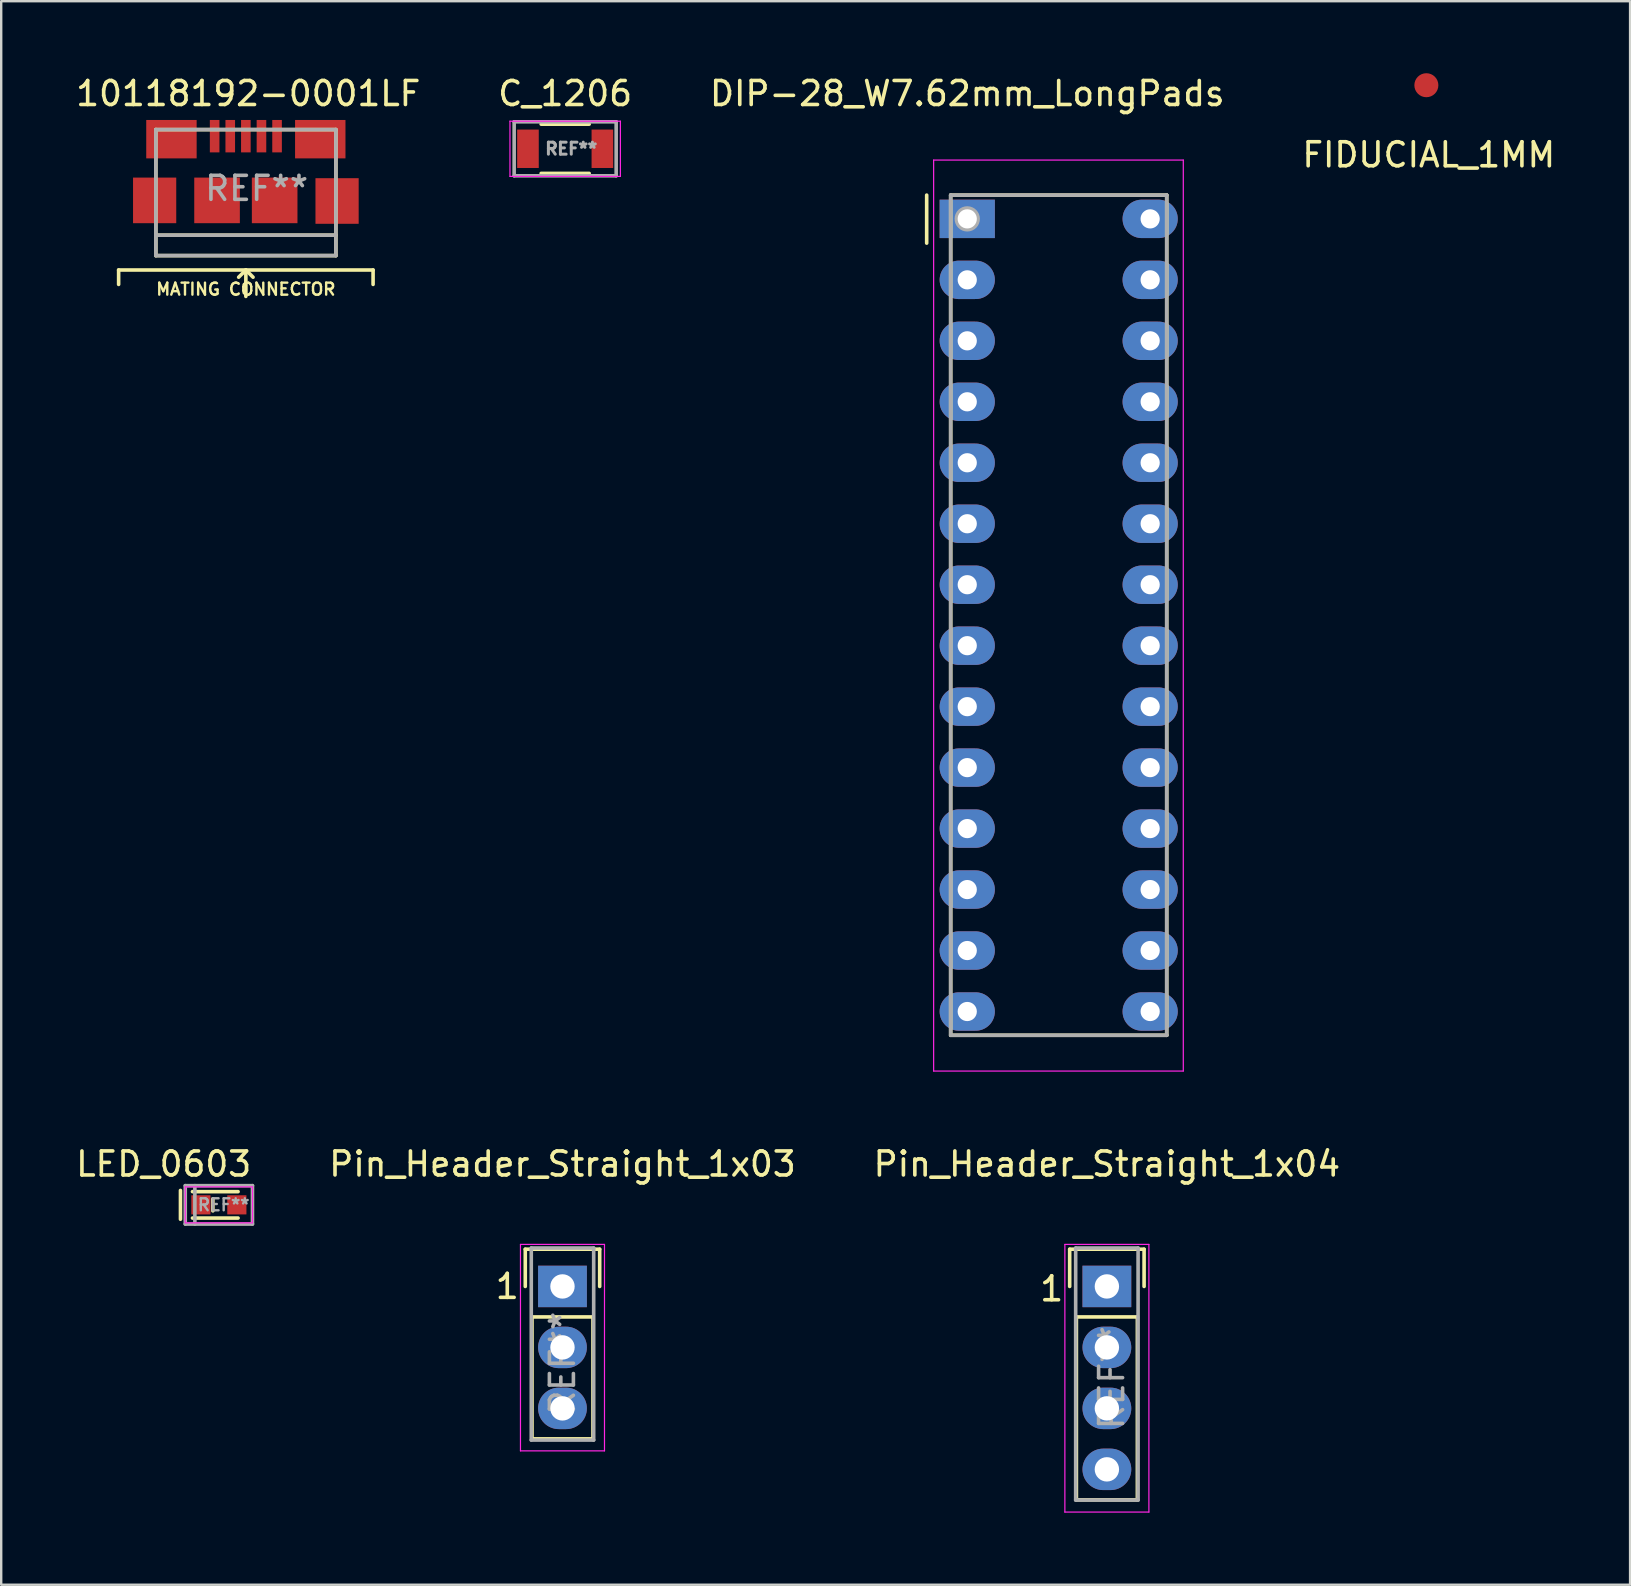
<source format=kicad_pcb>
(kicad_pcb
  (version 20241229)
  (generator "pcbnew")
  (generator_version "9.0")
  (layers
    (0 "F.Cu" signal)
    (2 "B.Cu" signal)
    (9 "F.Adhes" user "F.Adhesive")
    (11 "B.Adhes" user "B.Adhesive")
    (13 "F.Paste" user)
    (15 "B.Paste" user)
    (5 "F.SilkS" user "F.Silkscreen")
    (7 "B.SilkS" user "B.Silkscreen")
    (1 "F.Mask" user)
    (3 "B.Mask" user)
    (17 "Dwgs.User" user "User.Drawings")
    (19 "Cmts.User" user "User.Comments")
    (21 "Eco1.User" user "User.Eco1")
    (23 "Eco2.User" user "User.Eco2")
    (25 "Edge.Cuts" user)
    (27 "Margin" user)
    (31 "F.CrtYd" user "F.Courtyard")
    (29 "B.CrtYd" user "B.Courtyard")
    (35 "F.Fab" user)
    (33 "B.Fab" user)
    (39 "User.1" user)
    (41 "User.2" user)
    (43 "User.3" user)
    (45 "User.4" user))
  (footprint "10118192-0001LF"
    (layer "F.Cu")
    (at 7.192 5.298)
    (property "Reference" "10118192-0001LF" (at 0.1 -4.45 0) (layer "F.SilkS") (effects (font (size 1 1) (thickness 0.15))))
    (attr through_hole)
    (fp_line (start -5.3 2.9) (end -5.3 3.5) (stroke (width 0.15) (type solid)) (layer "F.SilkS"))
    (fp_line (start -3.75 -2.95) (end -3.75 2.3) (stroke (width 0.15) (type solid)) (layer "F.SilkS"))
    (fp_line (start -3.75 -2.95) (end 3.75 -2.95) (stroke (width 0.15) (type solid)) (layer "F.SilkS"))
    (fp_line (start -3.75 1.45) (end 3.75 1.45) (stroke (width 0.15) (type solid)) (layer "F.SilkS"))
    (fp_line (start -3.75 2.3) (end 3.75 2.3) (stroke (width 0.15) (type solid)) (layer "F.SilkS"))
    (fp_line (start 0 2.9) (end -0.3 3.2) (stroke (width 0.15) (type solid)) (layer "F.SilkS"))
    (fp_line (start 0 2.9) (end 0 4) (stroke (width 0.15) (type solid)) (layer "F.SilkS"))
    (fp_line (start 0 2.9) (end 0.3 3.2) (stroke (width 0.15) (type solid)) (layer "F.SilkS"))
    (fp_line (start 3.75 -2.95) (end 3.75 2.3) (stroke (width 0.15) (type solid)) (layer "F.SilkS"))
    (fp_line (start 5.3 2.9) (end -5.3 2.9) (stroke (width 0.15) (type solid)) (layer "F.SilkS"))
    (fp_line (start 5.3 2.9) (end 5.3 3.5) (stroke (width 0.15) (type solid)) (layer "F.SilkS"))
    (fp_line (start -3.75 -2.95) (end -3.75 2.3) (stroke (width 0.15) (type solid)) (layer "F.Fab"))
    (fp_line (start -3.75 -2.95) (end 3.75 -2.95) (stroke (width 0.15) (type solid)) (layer "F.Fab"))
    (fp_line (start -3.75 1.45) (end 3.75 1.45) (stroke (width 0.15) (type solid)) (layer "F.Fab"))
    (fp_line (start -3.75 2.3) (end 3.75 2.3) (stroke (width 0.15) (type solid)) (layer "F.Fab"))
    (fp_line (start 3.75 -2.95) (end 3.75 2.3) (stroke (width 0.15) (type solid)) (layer "F.Fab"))
    (fp_text user "MATING CONNECTOR" (at 0 3.7 0) (layer "F.SilkS") (effects (font (size 0.5 0.5) (thickness 0.1))))
    (fp_text user "REF**" (at 0.45 -0.5 0) (layer "F.Fab") (effects (font (size 1 1) (thickness 0.15))))
    (pad "1" smd rect (at -1.3 -2.675) (size 0.4 1.35) (layers "F.Cu" "F.Mask" "F.Paste"))
    (pad "2" smd rect (at -0.65 -2.675) (size 0.4 1.35) (layers "F.Cu" "F.Mask" "F.Paste"))
    (pad "3" smd rect (at 0 -2.675) (size 0.4 1.35) (layers "F.Cu" "F.Mask" "F.Paste"))
    (pad "4" smd rect (at 0.65 -2.675) (size 0.4 1.35) (layers "F.Cu" "F.Mask" "F.Paste"))
    (pad "5" smd rect (at 1.3 -2.675) (size 0.4 1.35) (layers "F.Cu" "F.Mask" "F.Paste"))
    (pad "6" smd rect (at 3.1 -2.55) (size 2.1 1.6) (layers "F.Cu" "F.Mask" "F.Paste"))
    (pad "7" smd rect (at -3.1 -2.55) (size 2.1 1.6) (layers "F.Cu" "F.Mask" "F.Paste"))
    (pad "8" smd rect (at 1.2 0) (size 1.9 1.9) (layers "F.Cu" "F.Mask" "F.Paste"))
    (pad "9" smd rect (at -1.2 0) (size 1.9 1.9) (layers "F.Cu" "F.Mask" "F.Paste"))
    (pad "10" smd rect (at 3.8 0.025) (size 1.8 1.9) (layers "F.Cu" "F.Mask" "F.Paste"))
    (pad "11" smd rect (at -3.8 0) (size 1.8 1.9) (layers "F.Cu" "F.Mask" "F.Paste")))
  (footprint "FIDUCIAL_1MM"
    (layer "F.Cu")
    (at 56.37 0.5)
    (property "Reference" "FIDUCIAL_1MM" (at 0.1 2.9 0) (layer "F.SilkS") (effects (font (size 1 1) (thickness 0.15))))
    (attr through_hole)
    (pad "1" smd circle (at 0 0) (size 1 1) (layers "F.Cu" "F.Mask")))
  (footprint "C_1206"
    (layer "F.Cu")
    (at 20.494 3.148)
    (property "Reference" "C_1206" (at 0 -2.3 0) (layer "F.SilkS") (effects (font (size 1 1) (thickness 0.15))))
    (attr smd)
    (fp_line (start -1 1.025) (end 1 1.025) (stroke (width 0.15) (type solid)) (layer "F.SilkS"))
    (fp_line (start 1 -1.025) (end -1 -1.025) (stroke (width 0.15) (type solid)) (layer "F.SilkS"))
    (fp_line (start -2.3 -1.15) (end -2.3 1.15) (stroke (width 0.05) (type solid)) (layer "F.CrtYd"))
    (fp_line (start -2.3 -1.15) (end 2.3 -1.15) (stroke (width 0.05) (type solid)) (layer "F.CrtYd"))
    (fp_line (start -2.3 1.15) (end 2.3 1.15) (stroke (width 0.05) (type solid)) (layer "F.CrtYd"))
    (fp_line (start 2.3 -1.15) (end 2.3 1.15) (stroke (width 0.05) (type solid)) (layer "F.CrtYd"))
    (fp_line (start -2.125 -1.125) (end 2.125 -1.125) (stroke (width 0.15) (type solid)) (layer "F.Fab"))
    (fp_line (start -2.125 1.125) (end -2.125 -1.125) (stroke (width 0.15) (type solid)) (layer "F.Fab"))
    (fp_line (start 2.125 -1.125) (end 2.125 1.125) (stroke (width 0.15) (type solid)) (layer "F.Fab"))
    (fp_line (start 2.125 1.125) (end -2.125 1.125) (stroke (width 0.15) (type solid)) (layer "F.Fab"))
    (fp_text user "REF**" (at 0.254 0 0) (layer "F.Fab") (effects (font (size 0.5 0.5) (thickness 0.125))))
    (pad "1" smd rect (at -1.55 0) (size 0.9 1.6) (layers "F.Cu" "F.Mask" "F.Paste"))
    (pad "2" smd rect (at 1.55 0) (size 0.9 1.6) (layers "F.Cu" "F.Mask" "F.Paste")))
  (footprint "Pin_Header_Straight_1x03"
    (layer "F.Cu")
    (at 20.382 50.541)
    (property "Reference" "Pin_Header_Straight_1x03" (at 0 -5.1 0) (layer "F.SilkS") (effects (font (size 1 1) (thickness 0.15))))
    (attr through_hole)
    (fp_line (start -1.55 -1.55) (end 1.55 -1.55) (stroke (width 0.15) (type solid)) (layer "F.SilkS"))
    (fp_line (start -1.55 0) (end -1.55 -1.55) (stroke (width 0.15) (type solid)) (layer "F.SilkS"))
    (fp_line (start -1.27 1.27) (end -1.27 6.35) (stroke (width 0.15) (type solid)) (layer "F.SilkS"))
    (fp_line (start -1.27 6.35) (end 1.27 6.35) (stroke (width 0.15) (type solid)) (layer "F.SilkS"))
    (fp_line (start 1.27 1.27) (end -1.27 1.27) (stroke (width 0.15) (type solid)) (layer "F.SilkS"))
    (fp_line (start 1.27 6.35) (end 1.27 1.27) (stroke (width 0.15) (type solid)) (layer "F.SilkS"))
    (fp_line (start 1.55 -1.55) (end 1.55 0) (stroke (width 0.15) (type solid)) (layer "F.SilkS"))
    (fp_line (start -1.75 -1.75) (end -1.75 6.85) (stroke (width 0.05) (type solid)) (layer "F.CrtYd"))
    (fp_line (start -1.75 -1.75) (end 1.75 -1.75) (stroke (width 0.05) (type solid)) (layer "F.CrtYd"))
    (fp_line (start -1.75 6.85) (end 1.75 6.85) (stroke (width 0.05) (type solid)) (layer "F.CrtYd"))
    (fp_line (start 1.75 -1.75) (end 1.75 6.85) (stroke (width 0.05) (type solid)) (layer "F.CrtYd"))
    (fp_line (start -1.3 -1.6) (end -1.3 6.4) (stroke (width 0.15) (type solid)) (layer "F.Fab"))
    (fp_line (start -1.3 6.4) (end 1.3 6.4) (stroke (width 0.15) (type solid)) (layer "F.Fab"))
    (fp_line (start 1.3 -1.6) (end -1.3 -1.6) (stroke (width 0.15) (type solid)) (layer "F.Fab"))
    (fp_line (start 1.3 6.4) (end 1.3 -1.6) (stroke (width 0.15) (type solid)) (layer "F.Fab"))
    (fp_circle (center 0 0) (end 0.2 0.2) (stroke (width 0.15) (type solid)) (fill no) (layer "F.Fab"))
    (fp_text user "1" (at -2.3 0 0) (layer "F.SilkS") (effects (font (size 1 1) (thickness 0.15))))
    (fp_text user "REF**" (at 0 3.2 90) (layer "F.Fab") (effects (font (size 1 1) (thickness 0.15))))
    (pad "1" thru_hole rect (at 0 0) (size 2.032 1.727) (drill 1.016) (layers "*.Cu" "*.Mask"))
    (pad "2" thru_hole oval (at 0 2.54) (size 2.032 1.727) (drill 1.016) (layers "*.Cu" "*.Mask"))
    (pad "3" thru_hole oval (at 0 5.08) (size 2.032 1.727) (drill 1.016) (layers "*.Cu" "*.Mask")))
  (footprint "DIP-28_W7.62mm_LongPads"
    (layer "F.Cu")
    (at 37.244 6.068)
    (property "Reference" "DIP-28_W7.62mm_LongPads" (at 0 -5.22 0) (layer "F.SilkS") (effects (font (size 1 1) (thickness 0.15))))
    (attr through_hole)
    (fp_line (start -1.69 -0.99) (end -1.69 1.01) (stroke (width 0.15) (type solid)) (layer "F.SilkS"))
    (fp_line (start -0.69 -0.99) (end -0.69 34.01) (stroke (width 0.15) (type solid)) (layer "F.SilkS"))
    (fp_line (start -0.69 -0.99) (end 8.31 -0.99) (stroke (width 0.15) (type solid)) (layer "F.SilkS"))
    (fp_line (start -0.69 34.01) (end 8.31 34.01) (stroke (width 0.15) (type solid)) (layer "F.SilkS"))
    (fp_line (start 8.31 34.01) (end 8.31 -0.99) (stroke (width 0.15) (type solid)) (layer "F.SilkS"))
    (fp_line (start -1.4 -2.45) (end -1.4 35.5) (stroke (width 0.05) (type solid)) (layer "F.CrtYd"))
    (fp_line (start -1.4 -2.45) (end 9 -2.45) (stroke (width 0.05) (type solid)) (layer "F.CrtYd"))
    (fp_line (start -1.4 35.5) (end 9 35.5) (stroke (width 0.05) (type solid)) (layer "F.CrtYd"))
    (fp_line (start 9 -2.45) (end 9 35.5) (stroke (width 0.05) (type solid)) (layer "F.CrtYd"))
    (fp_line (start -0.69 -0.99) (end -0.69 34.01) (stroke (width 0.15) (type solid)) (layer "F.Fab"))
    (fp_line (start -0.69 34.01) (end 8.31 34.01) (stroke (width 0.15) (type solid)) (layer "F.Fab"))
    (fp_line (start 8.31 -0.99) (end -0.69 -0.99) (stroke (width 0.15) (type solid)) (layer "F.Fab"))
    (fp_line (start 8.31 34.01) (end 8.31 -0.99) (stroke (width 0.15) (type solid)) (layer "F.Fab"))
    (fp_circle (center 0 0) (end 0.127 0) (stroke (width 0.4) (type solid)) (fill no) (layer "F.Fab"))
    (pad "1" thru_hole rect (at 0 0) (size 2.3 1.6) (drill 0.8) (layers "*.Cu" "*.Mask"))
    (pad "2" thru_hole oval (at 0 2.54) (size 2.3 1.6) (drill 0.8) (layers "*.Cu" "*.Mask"))
    (pad "3" thru_hole oval (at 0 5.08) (size 2.3 1.6) (drill 0.8) (layers "*.Cu" "*.Mask"))
    (pad "4" thru_hole oval (at 0 7.62) (size 2.3 1.6) (drill 0.8) (layers "*.Cu" "*.Mask"))
    (pad "5" thru_hole oval (at 0 10.16) (size 2.3 1.6) (drill 0.8) (layers "*.Cu" "*.Mask"))
    (pad "6" thru_hole oval (at 0 12.7) (size 2.3 1.6) (drill 0.8) (layers "*.Cu" "*.Mask"))
    (pad "7" thru_hole oval (at 0 15.24) (size 2.3 1.6) (drill 0.8) (layers "*.Cu" "*.Mask"))
    (pad "8" thru_hole oval (at 0 17.78) (size 2.3 1.6) (drill 0.8) (layers "*.Cu" "*.Mask"))
    (pad "9" thru_hole oval (at 0 20.32) (size 2.3 1.6) (drill 0.8) (layers "*.Cu" "*.Mask"))
    (pad "10" thru_hole oval (at 0 22.86) (size 2.3 1.6) (drill 0.8) (layers "*.Cu" "*.Mask"))
    (pad "11" thru_hole oval (at 0 25.4) (size 2.3 1.6) (drill 0.8) (layers "*.Cu" "*.Mask"))
    (pad "12" thru_hole oval (at 0 27.94) (size 2.3 1.6) (drill 0.8) (layers "*.Cu" "*.Mask"))
    (pad "13" thru_hole oval (at 0 30.48) (size 2.3 1.6) (drill 0.8) (layers "*.Cu" "*.Mask"))
    (pad "14" thru_hole oval (at 0 33.02) (size 2.3 1.6) (drill 0.8) (layers "*.Cu" "*.Mask"))
    (pad "15" thru_hole oval (at 7.62 33.02) (size 2.3 1.6) (drill 0.8) (layers "*.Cu" "*.Mask"))
    (pad "16" thru_hole oval (at 7.62 30.48) (size 2.3 1.6) (drill 0.8) (layers "*.Cu" "*.Mask"))
    (pad "17" thru_hole oval (at 7.62 27.94) (size 2.3 1.6) (drill 0.8) (layers "*.Cu" "*.Mask"))
    (pad "18" thru_hole oval (at 7.62 25.4) (size 2.3 1.6) (drill 0.8) (layers "*.Cu" "*.Mask"))
    (pad "19" thru_hole oval (at 7.62 22.86) (size 2.3 1.6) (drill 0.8) (layers "*.Cu" "*.Mask"))
    (pad "20" thru_hole oval (at 7.62 20.32) (size 2.3 1.6) (drill 0.8) (layers "*.Cu" "*.Mask"))
    (pad "21" thru_hole oval (at 7.62 17.78) (size 2.3 1.6) (drill 0.8) (layers "*.Cu" "*.Mask"))
    (pad "22" thru_hole oval (at 7.62 15.24) (size 2.3 1.6) (drill 0.8) (layers "*.Cu" "*.Mask"))
    (pad "23" thru_hole oval (at 7.62 12.7) (size 2.3 1.6) (drill 0.8) (layers "*.Cu" "*.Mask"))
    (pad "24" thru_hole oval (at 7.62 10.16) (size 2.3 1.6) (drill 0.8) (layers "*.Cu" "*.Mask"))
    (pad "25" thru_hole oval (at 7.62 7.62) (size 2.3 1.6) (drill 0.8) (layers "*.Cu" "*.Mask"))
    (pad "26" thru_hole oval (at 7.62 5.08) (size 2.3 1.6) (drill 0.8) (layers "*.Cu" "*.Mask"))
    (pad "27" thru_hole oval (at 7.62 2.54) (size 2.3 1.6) (drill 0.8) (layers "*.Cu" "*.Mask"))
    (pad "28" thru_hole oval (at 7.62 0) (size 2.3 1.6) (drill 0.8) (layers "*.Cu" "*.Mask")))
  (footprint "Pin_Header_Straight_1x04"
    (layer "F.Cu")
    (at 43.061 50.541)
    (property "Reference" "Pin_Header_Straight_1x04" (at 0 -5.1 0) (layer "F.SilkS") (effects (font (size 1 1) (thickness 0.15))))
    (attr through_hole)
    (fp_line (start -1.55 -1.55) (end 1.55 -1.55) (stroke (width 0.15) (type solid)) (layer "F.SilkS"))
    (fp_line (start -1.55 0) (end -1.55 -1.55) (stroke (width 0.15) (type solid)) (layer "F.SilkS"))
    (fp_line (start -1.27 1.27) (end -1.27 8.89) (stroke (width 0.15) (type solid)) (layer "F.SilkS"))
    (fp_line (start -1.27 8.89) (end 1.27 8.89) (stroke (width 0.15) (type solid)) (layer "F.SilkS"))
    (fp_line (start 1.27 1.27) (end -1.27 1.27) (stroke (width 0.15) (type solid)) (layer "F.SilkS"))
    (fp_line (start 1.27 1.27) (end 1.27 8.89) (stroke (width 0.15) (type solid)) (layer "F.SilkS"))
    (fp_line (start 1.55 -1.55) (end 1.55 0) (stroke (width 0.15) (type solid)) (layer "F.SilkS"))
    (fp_line (start -1.75 -1.75) (end -1.75 9.4) (stroke (width 0.05) (type solid)) (layer "F.CrtYd"))
    (fp_line (start -1.75 -1.75) (end 1.75 -1.75) (stroke (width 0.05) (type solid)) (layer "F.CrtYd"))
    (fp_line (start -1.75 9.4) (end 1.75 9.4) (stroke (width 0.05) (type solid)) (layer "F.CrtYd"))
    (fp_line (start 1.75 -1.75) (end 1.75 9.4) (stroke (width 0.05) (type solid)) (layer "F.CrtYd"))
    (fp_line (start -1.3 -1.6) (end 1.3 -1.6) (stroke (width 0.15) (type solid)) (layer "F.Fab"))
    (fp_line (start -1.3 8.9) (end -1.3 -1.6) (stroke (width 0.15) (type solid)) (layer "F.Fab"))
    (fp_line (start 1.3 -1.6) (end 1.3 8.9) (stroke (width 0.15) (type solid)) (layer "F.Fab"))
    (fp_line (start 1.3 8.9) (end -1.3 8.9) (stroke (width 0.15) (type solid)) (layer "F.Fab"))
    (fp_circle (center 0 0) (end 0.3 0.2) (stroke (width 0.15) (type solid)) (fill no) (layer "F.Fab"))
    (fp_text user "1" (at -2.3 0.1 0) (layer "F.SilkS") (effects (font (size 1 1) (thickness 0.15))))
    (fp_text user "REF**" (at 0.2 3.8 90) (layer "F.Fab") (effects (font (size 1 1) (thickness 0.15))))
    (pad "1" thru_hole rect (at 0 0) (size 2.032 1.727) (drill 1.016) (layers "*.Cu" "*.Mask"))
    (pad "2" thru_hole oval (at 0 2.54) (size 2.032 1.727) (drill 1.016) (layers "*.Cu" "*.Mask"))
    (pad "3" thru_hole oval (at 0 5.08) (size 2.032 1.727) (drill 1.016) (layers "*.Cu" "*.Mask"))
    (pad "4" thru_hole oval (at 0 7.62) (size 2.032 1.727) (drill 1.016) (layers "*.Cu" "*.Mask")))
  (footprint "LED_0603"
    (layer "F.Cu")
    (at 6.068 47.142)
    (property "Reference" "LED_0603" (at -2.3 -1.7 0) (layer "F.SilkS") (effects (font (size 1 1) (thickness 0.15))))
    (attr smd)
    (fp_line (start -1.6 -0.6) (end -1.6 0.6) (stroke (width 0.15) (type solid)) (layer "F.SilkS"))
    (fp_line (start -1.1 -0.55) (end 0.8 -0.55) (stroke (width 0.15) (type solid)) (layer "F.SilkS"))
    (fp_line (start -1.1 0.55) (end 0.8 0.55) (stroke (width 0.15) (type solid)) (layer "F.SilkS"))
    (fp_line (start -0.25 -0.25) (end -0.25 0.25) (stroke (width 0.15) (type solid)) (layer "F.SilkS"))
    (fp_line (start -1.4 -0.75) (end 1.4 -0.75) (stroke (width 0.05) (type solid)) (layer "F.CrtYd"))
    (fp_line (start -1.4 0.75) (end -1.4 -0.75) (stroke (width 0.05) (type solid)) (layer "F.CrtYd"))
    (fp_line (start 1.4 -0.75) (end 1.4 0.75) (stroke (width 0.05) (type solid)) (layer "F.CrtYd"))
    (fp_line (start 1.4 0.75) (end -1.4 0.75) (stroke (width 0.05) (type solid)) (layer "F.CrtYd"))
    (fp_line (start -1.4 -0.8) (end 1.4 -0.8) (stroke (width 0.15) (type solid)) (layer "F.Fab"))
    (fp_line (start -1.4 0.8) (end -1.4 -0.8) (stroke (width 0.15) (type solid)) (layer "F.Fab"))
    (fp_line (start -1 -0.8) (end -1 0.8) (stroke (width 0.15) (type solid)) (layer "F.Fab"))
    (fp_line (start 1.4 -0.8) (end 1.4 0.8) (stroke (width 0.15) (type solid)) (layer "F.Fab"))
    (fp_line (start 1.4 0.8) (end -1.4 0.8) (stroke (width 0.15) (type solid)) (layer "F.Fab"))
    (fp_text user "REF**" (at 0.2 0 0) (layer "F.Fab") (effects (font (size 0.5 0.5) (thickness 0.1))))
    (pad "1" smd rect (at -0.749 0 180) (size 0.798 0.798) (layers "F.Cu" "F.Mask" "F.Paste"))
    (pad "2" smd rect (at 0.749 0 180) (size 0.798 0.798) (layers "F.Cu" "F.Mask" "F.Paste")))
  (gr_rect
    (start -3 -3)
    (end 64.857 62.967)
    (stroke (width 0.1) (type default))
    (fill no)
    (layer "Edge.Cuts")))
</source>
